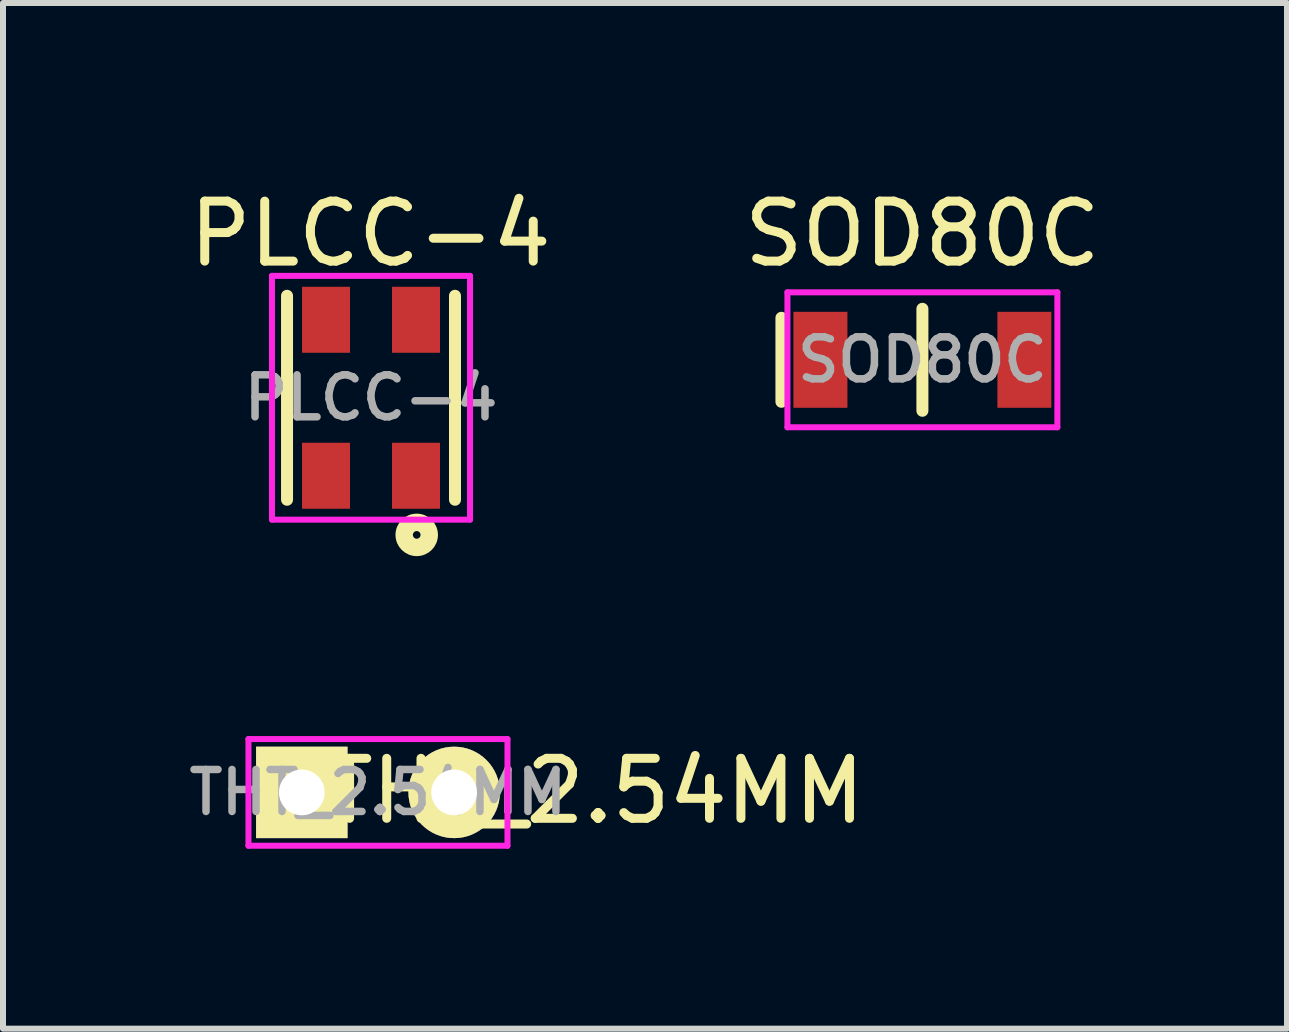
<source format=kicad_pcb>
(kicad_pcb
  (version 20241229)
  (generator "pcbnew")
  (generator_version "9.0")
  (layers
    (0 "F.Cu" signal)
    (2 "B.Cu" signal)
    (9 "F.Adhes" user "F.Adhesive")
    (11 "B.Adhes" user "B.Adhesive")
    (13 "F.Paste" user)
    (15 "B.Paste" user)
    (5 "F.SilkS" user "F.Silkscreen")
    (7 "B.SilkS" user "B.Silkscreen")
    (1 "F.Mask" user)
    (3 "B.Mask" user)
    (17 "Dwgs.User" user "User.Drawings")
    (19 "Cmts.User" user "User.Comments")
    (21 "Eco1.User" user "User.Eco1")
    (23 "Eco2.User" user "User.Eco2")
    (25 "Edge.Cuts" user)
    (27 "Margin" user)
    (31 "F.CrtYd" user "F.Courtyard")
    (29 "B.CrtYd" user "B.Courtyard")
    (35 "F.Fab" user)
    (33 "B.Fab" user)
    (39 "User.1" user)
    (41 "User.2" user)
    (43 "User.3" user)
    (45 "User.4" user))
  (footprint "SOD80C"
    (layer "F.Cu")
    (at 12.327 2.948)
    (property "Reference" "SOD80C" (at 0 -2.1 0) (layer "F.SilkS") (effects (font (size 1 1) (thickness 0.15))))
    (attr through_hole)
    (fp_line (start -2.35 -0.7) (end -2.35 0.7) (stroke (width 0.2) (type solid)) (layer "F.SilkS"))
    (fp_line (start 0 -0.85) (end 0 0.85) (stroke (width 0.2) (type solid)) (layer "F.SilkS"))
    (fp_line (start -2.25 -1.125) (end 2.25 -1.125) (stroke (width 0.1) (type solid)) (layer "F.CrtYd"))
    (fp_line (start -2.25 1.125) (end -2.25 -1.125) (stroke (width 0.1) (type solid)) (layer "F.CrtYd"))
    (fp_line (start 2.25 -1.125) (end 2.25 1.125) (stroke (width 0.1) (type solid)) (layer "F.CrtYd"))
    (fp_line (start 2.25 1.125) (end -2.25 1.125) (stroke (width 0.1) (type solid)) (layer "F.CrtYd"))
    (fp_text user "${REFERENCE}" (at 0 0 0) (layer "F.Fab") (effects (font (size 0.7 0.7) (thickness 0.125))))
    (pad "1" smd rect (at -1.7 0) (size 0.9 1.6) (layers "F.Cu" "F.Mask" "F.Paste"))
    (pad "2" smd rect (at 1.7 0) (size 0.9 1.6) (layers "F.Cu" "F.Mask" "F.Paste")))
  (footprint "PLCC-4"
    (layer "F.Cu")
    (at 3.135 3.581)
    (property "Reference" "PLCC-4" (at -0.01 -2.733 0) (layer "F.SilkS") (effects (font (size 1 1) (thickness 0.15))))
    (attr through_hole)
    (fp_line (start -1.4 1.7) (end -1.4 -1.7) (stroke (width 0.2) (type solid)) (layer "F.SilkS"))
    (fp_line (start 1.4 -1.7) (end 1.4 1.7) (stroke (width 0.2) (type solid)) (layer "F.SilkS"))
    (fp_circle (center 0.762 2.286) (end 0.826 2.286) (stroke (width 0.2) (type solid)) (fill no) (layer "F.SilkS"))
    (fp_circle (center 0.762 2.286) (end 1.016 2.286) (stroke (width 0.2) (type solid)) (fill no) (layer "F.SilkS"))
    (fp_line (start -1.651 -2.032) (end 1.651 -2.032) (stroke (width 0.1) (type solid)) (layer "F.CrtYd"))
    (fp_line (start -1.651 2.032) (end -1.651 -2.032) (stroke (width 0.1) (type solid)) (layer "F.CrtYd"))
    (fp_line (start 1.651 -2.032) (end 1.651 2.032) (stroke (width 0.1) (type solid)) (layer "F.CrtYd"))
    (fp_line (start 1.651 2.032) (end -1.651 2.032) (stroke (width 0.1) (type solid)) (layer "F.CrtYd"))
    (fp_text user "${REFERENCE}" (at 0 0 0) (layer "F.Fab") (effects (font (size 0.7 0.7) (thickness 0.125))))
    (pad "1" smd rect (at 0.75 1.3) (size 0.8 1.1) (layers "F.Cu" "F.Mask" "F.Paste"))
    (pad "2" smd rect (at -0.75 -1.3) (size 0.8 1.1) (layers "F.Cu" "F.Mask" "F.Paste"))
    (pad "2" smd rect (at -0.75 1.3) (size 0.8 1.1) (layers "F.Cu" "F.Mask" "F.Paste"))
    (pad "2" smd rect (at 0.75 -1.3) (size 0.8 1.1) (layers "F.Cu" "F.Mask" "F.Paste")))
  (footprint "THT_2.54MM"
    (layer "F.Cu")
    (at 3.251 10.16)
    (property "Reference" "THT_2.54MM" (at 3.622 -0.023 0) (layer "F.SilkS") (effects (font (size 1 1) (thickness 0.15))))
    (attr through_hole)
    (fp_line (start -2.159 -0.889) (end 2.159 -0.889) (stroke (width 0.1) (type solid)) (layer "F.CrtYd"))
    (fp_line (start -2.159 0.889) (end -2.159 -0.889) (stroke (width 0.1) (type solid)) (layer "F.CrtYd"))
    (fp_line (start 2.159 -0.889) (end 2.159 0.889) (stroke (width 0.1) (type solid)) (layer "F.CrtYd"))
    (fp_line (start 2.159 0.889) (end -2.159 0.889) (stroke (width 0.1) (type solid)) (layer "F.CrtYd"))
    (fp_text user "${REFERENCE}" (at 0 0 0) (layer "F.Fab") (effects (font (size 0.7 0.7) (thickness 0.125))))
    (pad "1" thru_hole rect (at -1.27 0) (size 1.524 1.524) (drill 0.762) (layers "*.Cu" "*.Mask" "F.SilkS"))
    (pad "2" thru_hole circle (at 1.27 0) (size 1.524 1.524) (drill 0.762) (layers "*.Cu" "*.Mask" "F.SilkS")))
  (gr_rect
    (start -3 -3)
    (end 18.405 14.099)
    (stroke (width 0.1) (type default))
    (fill no)
    (layer "Edge.Cuts")))
</source>
